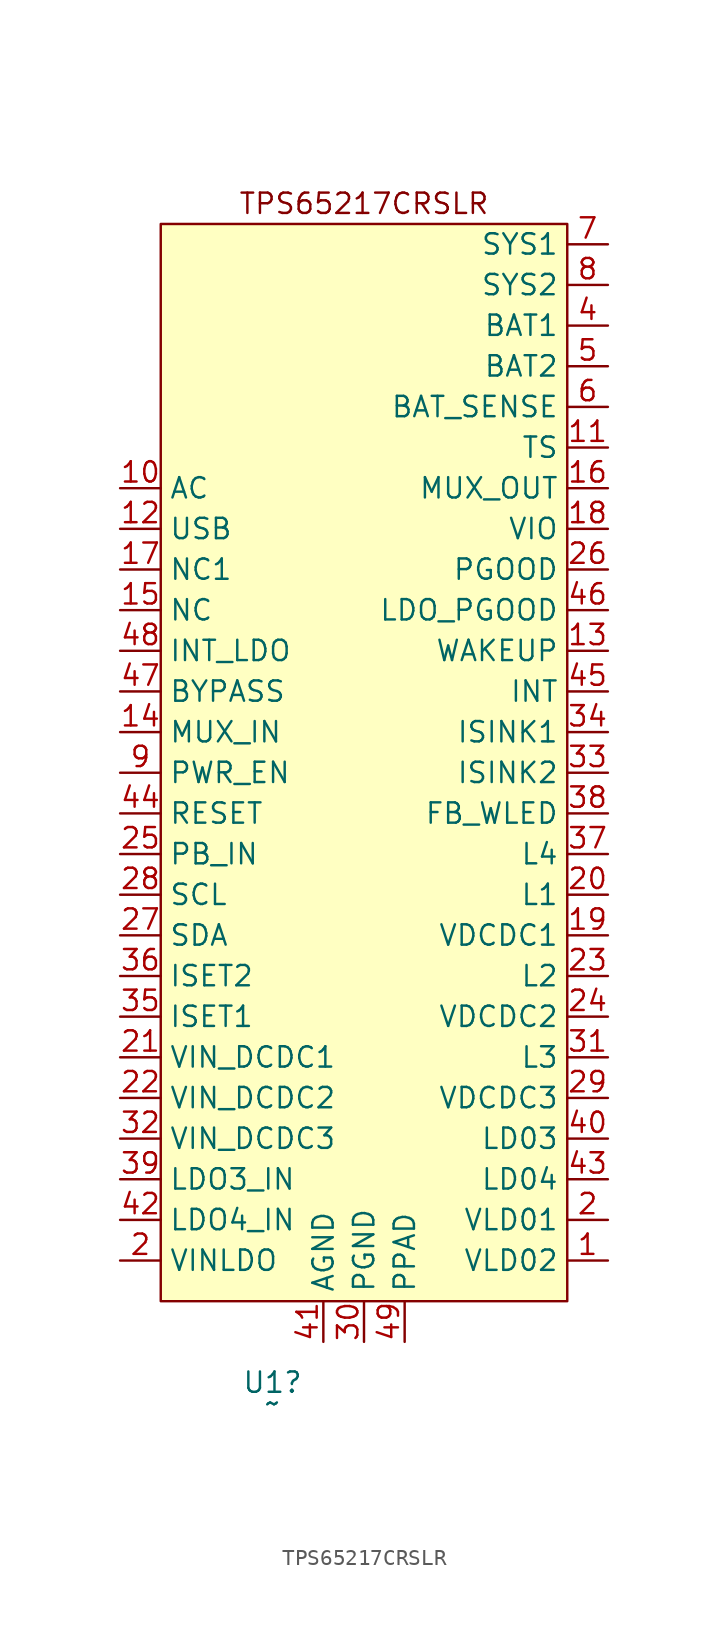
<source format=kicad_sym>
(kicad_symbol_lib
  (version 20231120)
  (generator "kicad_symbol_editor")
  (generator_version "8.0")
  (symbol "TPS65217CRSLR"
    (property "Reference" "U1"
      (at 9.525 -5.08 0)
      (effects (font (size 1.27 1.27))))
    (property "Value" "~"
      (at 9.525 -6.35 0)
      (effects (font (size 1.27 1.27))))
    (symbol "TPS65217CRSLR_1_1"
      (rectangle (start 2.54 67.31) (end 27.94 0) (stroke (width 0) (type default)) (fill (type color) (color 255 255 194 1)))
      (text "TPS65217CRSLR\n" (at 15.24 68.58 0) (effects (font (size 1.27 1.27))))
      (pin input line (at 30.48 2.54 180) (length 2.54) (name "VLD02" (effects (font (size 1.27 1.27)))) (number "1" (effects (font (size 1.27 1.27)))))
      (pin input line (at 0 50.8 0) (length 2.54) (name "AC" (effects (font (size 1.27 1.27)))) (number "10" (effects (font (size 1.27 1.27)))))
      (pin input line (at 30.48 53.34 180) (length 2.54) (name "TS" (effects (font (size 1.27 1.27)))) (number "11" (effects (font (size 1.27 1.27)))))
      (pin input line (at 0 48.26 0) (length 2.54) (name "USB" (effects (font (size 1.27 1.27)))) (number "12" (effects (font (size 1.27 1.27)))))
      (pin input line (at 30.48 40.64 180) (length 2.54) (name "WAKEUP" (effects (font (size 1.27 1.27)))) (number "13" (effects (font (size 1.27 1.27)))))
      (pin input line (at 0 35.56 0) (length 2.54) (name "MUX_IN" (effects (font (size 1.27 1.27)))) (number "14" (effects (font (size 1.27 1.27)))))
      (pin input line (at 0 43.18 0) (length 2.54) (name "NC" (effects (font (size 1.27 1.27)))) (number "15" (effects (font (size 1.27 1.27)))))
      (pin input line (at 30.48 50.8 180) (length 2.54) (name "MUX_OUT" (effects (font (size 1.27 1.27)))) (number "16" (effects (font (size 1.27 1.27)))))
      (pin input line (at 0 45.72 0) (length 2.54) (name "NC1" (effects (font (size 1.27 1.27)))) (number "17" (effects (font (size 1.27 1.27)))))
      (pin input line (at 30.48 48.26 180) (length 2.54) (name "VIO" (effects (font (size 1.27 1.27)))) (number "18" (effects (font (size 1.27 1.27)))))
      (pin input line (at 30.48 22.86 180) (length 2.54) (name "VDCDC1" (effects (font (size 1.27 1.27)))) (number "19" (effects (font (size 1.27 1.27)))))
      (pin input line (at 0 2.54 0) (length 2.54) (name "VINLDO" (effects (font (size 1.27 1.27)))) (number "2" (effects (font (size 1.27 1.27)))))
      (pin input line (at 30.48 5.08 180) (length 2.54) (name "VLD01" (effects (font (size 1.27 1.27)))) (number "2" (effects (font (size 1.27 1.27)))))
      (pin input line (at 30.48 25.4 180) (length 2.54) (name "L1" (effects (font (size 1.27 1.27)))) (number "20" (effects (font (size 1.27 1.27)))))
      (pin input line (at 0 15.24 0) (length 2.54) (name "VIN_DCDC1" (effects (font (size 1.27 1.27)))) (number "21" (effects (font (size 1.27 1.27)))))
      (pin input line (at 0 12.7 0) (length 2.54) (name "VIN_DCDC2" (effects (font (size 1.27 1.27)))) (number "22" (effects (font (size 1.27 1.27)))))
      (pin input line (at 30.48 20.32 180) (length 2.54) (name "L2" (effects (font (size 1.27 1.27)))) (number "23" (effects (font (size 1.27 1.27)))))
      (pin input line (at 30.48 17.78 180) (length 2.54) (name "VDCDC2" (effects (font (size 1.27 1.27)))) (number "24" (effects (font (size 1.27 1.27)))))
      (pin input line (at 0 27.94 0) (length 2.54) (name "PB_IN" (effects (font (size 1.27 1.27)))) (number "25" (effects (font (size 1.27 1.27)))))
      (pin input line (at 30.48 45.72 180) (length 2.54) (name "PGOOD" (effects (font (size 1.27 1.27)))) (number "26" (effects (font (size 1.27 1.27)))))
      (pin input line (at 0 22.86 0) (length 2.54) (name "SDA" (effects (font (size 1.27 1.27)))) (number "27" (effects (font (size 1.27 1.27)))))
      (pin input line (at 0 25.4 0) (length 2.54) (name "SCL" (effects (font (size 1.27 1.27)))) (number "28" (effects (font (size 1.27 1.27)))))
      (pin input line (at 30.48 12.7 180) (length 2.54) (name "VDCDC3" (effects (font (size 1.27 1.27)))) (number "29" (effects (font (size 1.27 1.27)))))
      (pin input line (at 15.24 -2.54 90) (length 2.54) (name "PGND" (effects (font (size 1.27 1.27)))) (number "30" (effects (font (size 1.27 1.27)))))
      (pin input line (at 30.48 15.24 180) (length 2.54) (name "L3" (effects (font (size 1.27 1.27)))) (number "31" (effects (font (size 1.27 1.27)))))
      (pin input line (at 0 10.16 0) (length 2.54) (name "VIN_DCDC3" (effects (font (size 1.27 1.27)))) (number "32" (effects (font (size 1.27 1.27)))))
      (pin input line (at 30.48 33.02 180) (length 2.54) (name "ISINK2" (effects (font (size 1.27 1.27)))) (number "33" (effects (font (size 1.27 1.27)))))
      (pin input line (at 30.48 35.56 180) (length 2.54) (name "ISINK1" (effects (font (size 1.27 1.27)))) (number "34" (effects (font (size 1.27 1.27)))))
      (pin input line (at 0 17.78 0) (length 2.54) (name "ISET1" (effects (font (size 1.27 1.27)))) (number "35" (effects (font (size 1.27 1.27)))))
      (pin input line (at 0 20.32 0) (length 2.54) (name "ISET2" (effects (font (size 1.27 1.27)))) (number "36" (effects (font (size 1.27 1.27)))))
      (pin input line (at 30.48 27.94 180) (length 2.54) (name "L4" (effects (font (size 1.27 1.27)))) (number "37" (effects (font (size 1.27 1.27)))))
      (pin input line (at 30.48 30.48 180) (length 2.54) (name "FB_WLED" (effects (font (size 1.27 1.27)))) (number "38" (effects (font (size 1.27 1.27)))))
      (pin input line (at 0 7.62 0) (length 2.54) (name "LDO3_IN" (effects (font (size 1.27 1.27)))) (number "39" (effects (font (size 1.27 1.27)))))
      (pin input line (at 30.48 60.96 180) (length 2.54) (name "BAT1" (effects (font (size 1.27 1.27)))) (number "4" (effects (font (size 1.27 1.27)))))
      (pin input line (at 30.48 10.16 180) (length 2.54) (name "LD03" (effects (font (size 1.27 1.27)))) (number "40" (effects (font (size 1.27 1.27)))))
      (pin input line (at 12.7 -2.54 90) (length 2.54) (name "AGND" (effects (font (size 1.27 1.27)))) (number "41" (effects (font (size 1.27 1.27)))))
      (pin input line (at 0 5.08 0) (length 2.54) (name "LDO4_IN" (effects (font (size 1.27 1.27)))) (number "42" (effects (font (size 1.27 1.27)))))
      (pin input line (at 30.48 7.62 180) (length 2.54) (name "LD04" (effects (font (size 1.27 1.27)))) (number "43" (effects (font (size 1.27 1.27)))))
      (pin input line (at 0 30.48 0) (length 2.54) (name "RESET" (effects (font (size 1.27 1.27)))) (number "44" (effects (font (size 1.27 1.27)))))
      (pin input line (at 30.48 38.1 180) (length 2.54) (name "INT" (effects (font (size 1.27 1.27)))) (number "45" (effects (font (size 1.27 1.27)))))
      (pin input line (at 30.48 43.18 180) (length 2.54) (name "LDO_PGOOD" (effects (font (size 1.27 1.27)))) (number "46" (effects (font (size 1.27 1.27)))))
      (pin input line (at 0 38.1 0) (length 2.54) (name "BYPASS" (effects (font (size 1.27 1.27)))) (number "47" (effects (font (size 1.27 1.27)))))
      (pin input line (at 0 40.64 0) (length 2.54) (name "INT_LDO" (effects (font (size 1.27 1.27)))) (number "48" (effects (font (size 1.27 1.27)))))
      (pin input line (at 17.78 -2.54 90) (length 2.54) (name "PPAD" (effects (font (size 1.27 1.27)))) (number "49" (effects (font (size 1.27 1.27)))))
      (pin input line (at 30.48 58.42 180) (length 2.54) (name "BAT2" (effects (font (size 1.27 1.27)))) (number "5" (effects (font (size 1.27 1.27)))))
      (pin input line (at 30.48 55.88 180) (length 2.54) (name "BAT_SENSE" (effects (font (size 1.27 1.27)))) (number "6" (effects (font (size 1.27 1.27)))))
      (pin input line (at 30.48 66.04 180) (length 2.54) (name "SYS1" (effects (font (size 1.27 1.27)))) (number "7" (effects (font (size 1.27 1.27)))))
      (pin input line (at 30.48 63.5 180) (length 2.54) (name "SYS2" (effects (font (size 1.27 1.27)))) (number "8" (effects (font (size 1.27 1.27)))))
      (pin input line (at 0 33.02 0) (length 2.54) (name "PWR_EN" (effects (font (size 1.27 1.27)))) (number "9" (effects (font (size 1.27 1.27))))))))
</source>
